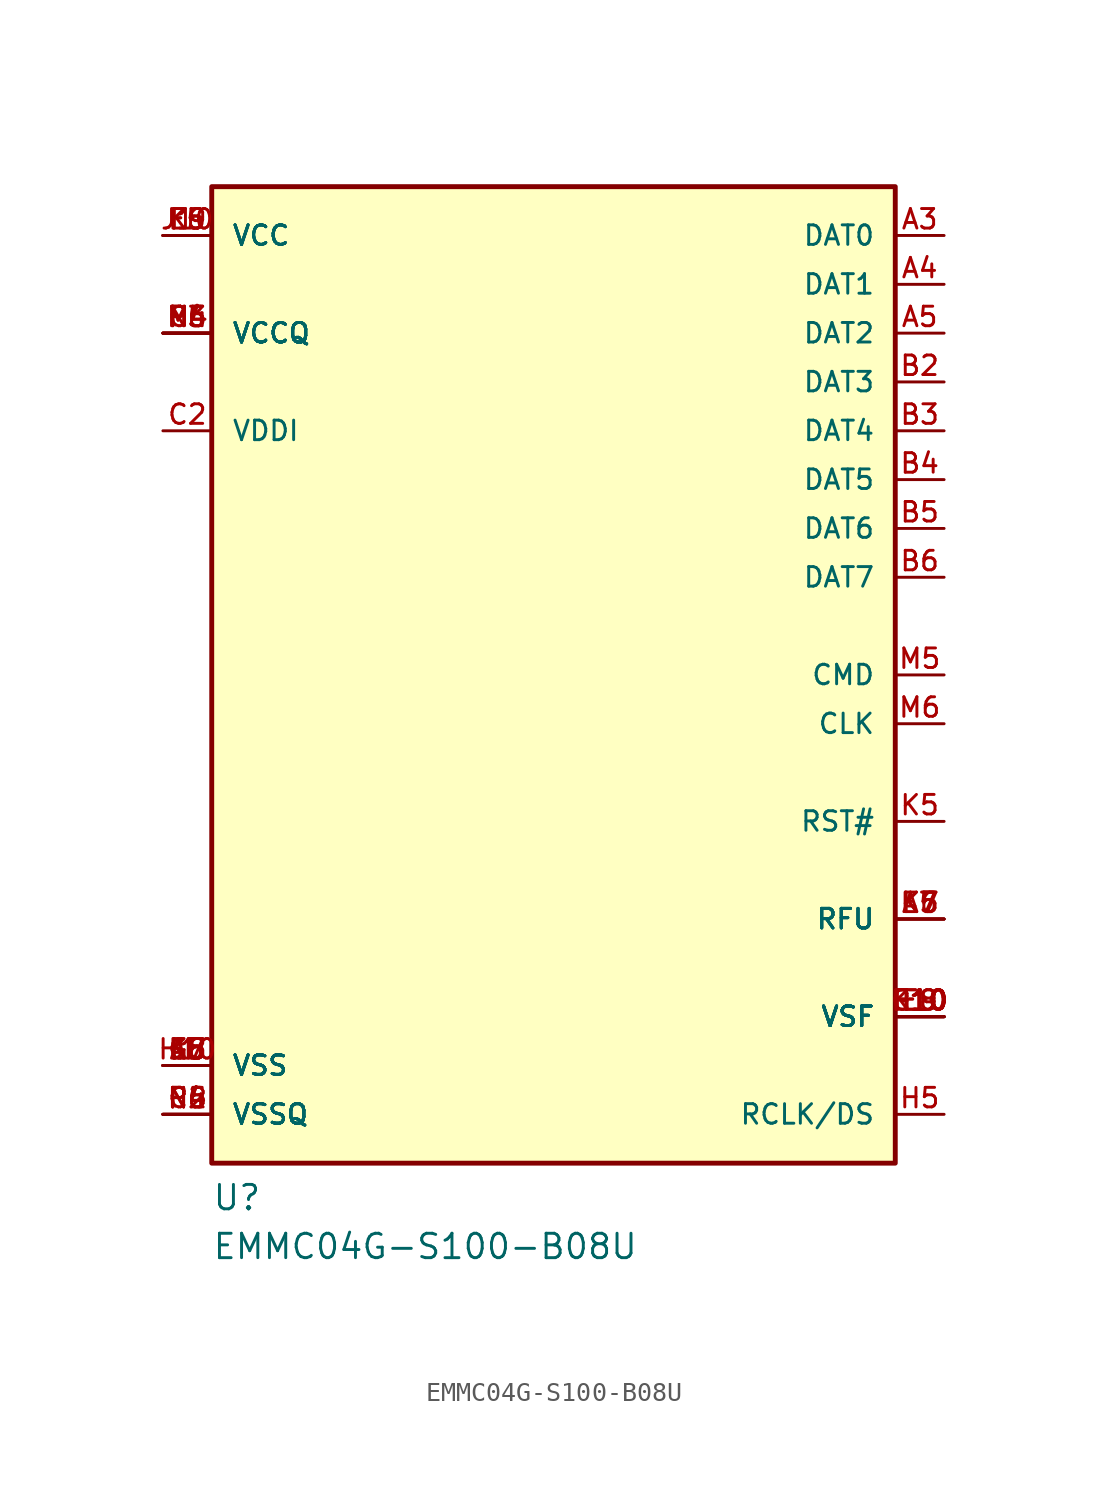
<source format=kicad_sym>
(kicad_symbol_lib
  (version 20220914)
  (generator kicad_symbol_editor)
  (symbol "EMMC04G-S100-B08U"
    (pin_names
      (offset 1.016))
    (property "Reference" "U"
      (at -17.78 -27.94 0)
      (effects (font (size 1.27 1.27)) (justify left bottom)))
    (property "Value" "EMMC04G-S100-B08U"
      (at -17.78 -30.48 0)
      (effects (font (size 1.27 1.27)) (justify left bottom)))
    (property "ki_locked" ""
      (at 0 0 0)
      (effects (font (size 1.27 1.27))))
    (symbol "EMMC04G-S100-B08U_0_0"
      (rectangle (start -17.78 -25.4) (end 17.78 25.4) (stroke (width 0.254) (type default)) (fill (type background)))
      (pin bidirectional line (at 20.32 22.86 180) (length 2.54) (name "DAT0" (effects (font (size 1.016 1.016)))) (number "A3" (effects (font (size 1.016 1.016)))))
      (pin bidirectional line (at 20.32 20.32 180) (length 2.54) (name "DAT1" (effects (font (size 1.016 1.016)))) (number "A4" (effects (font (size 1.016 1.016)))))
      (pin bidirectional line (at 20.32 17.78 180) (length 2.54) (name "DAT2" (effects (font (size 1.016 1.016)))) (number "A5" (effects (font (size 1.016 1.016)))))
      (pin bidirectional line (at -20.32 -20.32 0) (length 2.54) (name "VSS" (effects (font (size 1.016 1.016)))) (number "A6" (effects (font (size 1.016 1.016)))))
      (pin bidirectional line (at 20.32 -12.7 180) (length 2.54) (name "RFU" (effects (font (size 1.016 1.016)))) (number "A7" (effects (font (size 1.016 1.016)))))
      (pin bidirectional line (at 20.32 15.24 180) (length 2.54) (name "DAT3" (effects (font (size 1.016 1.016)))) (number "B2" (effects (font (size 1.016 1.016)))))
      (pin bidirectional line (at 20.32 12.7 180) (length 2.54) (name "DAT4" (effects (font (size 1.016 1.016)))) (number "B3" (effects (font (size 1.016 1.016)))))
      (pin bidirectional line (at 20.32 10.16 180) (length 2.54) (name "DAT5" (effects (font (size 1.016 1.016)))) (number "B4" (effects (font (size 1.016 1.016)))))
      (pin bidirectional line (at 20.32 7.62 180) (length 2.54) (name "DAT6" (effects (font (size 1.016 1.016)))) (number "B5" (effects (font (size 1.016 1.016)))))
      (pin bidirectional line (at 20.32 5.08 180) (length 2.54) (name "DAT7" (effects (font (size 1.016 1.016)))) (number "B6" (effects (font (size 1.016 1.016)))))
      (pin bidirectional line (at -20.32 12.7 0) (length 2.54) (name "VDDI" (effects (font (size 1.016 1.016)))) (number "C2" (effects (font (size 1.016 1.016)))))
      (pin bidirectional line (at -20.32 -22.86 0) (length 2.54) (name "VSSQ" (effects (font (size 1.016 1.016)))) (number "C4" (effects (font (size 1.016 1.016)))))
      (pin bidirectional line (at -20.32 17.78 0) (length 2.54) (name "VCCQ" (effects (font (size 1.016 1.016)))) (number "C6" (effects (font (size 1.016 1.016)))))
      (pin bidirectional line (at 20.32 -17.78 180) (length 2.54) (name "VSF" (effects (font (size 1.016 1.016)))) (number "E10" (effects (font (size 1.016 1.016)))))
      (pin bidirectional line (at 20.32 -12.7 180) (length 2.54) (name "RFU" (effects (font (size 1.016 1.016)))) (number "E5" (effects (font (size 1.016 1.016)))))
      (pin bidirectional line (at -20.32 22.86 0) (length 2.54) (name "VCC" (effects (font (size 1.016 1.016)))) (number "E6" (effects (font (size 1.016 1.016)))))
      (pin bidirectional line (at -20.32 -20.32 0) (length 2.54) (name "VSS" (effects (font (size 1.016 1.016)))) (number "E7" (effects (font (size 1.016 1.016)))))
      (pin bidirectional line (at 20.32 -17.78 180) (length 2.54) (name "VSF" (effects (font (size 1.016 1.016)))) (number "E8" (effects (font (size 1.016 1.016)))))
      (pin bidirectional line (at 20.32 -17.78 180) (length 2.54) (name "VSF" (effects (font (size 1.016 1.016)))) (number "E9" (effects (font (size 1.016 1.016)))))
      (pin bidirectional line (at 20.32 -17.78 180) (length 2.54) (name "VSF" (effects (font (size 1.016 1.016)))) (number "F10" (effects (font (size 1.016 1.016)))))
      (pin bidirectional line (at -20.32 22.86 0) (length 2.54) (name "VCC" (effects (font (size 1.016 1.016)))) (number "F5" (effects (font (size 1.016 1.016)))))
      (pin bidirectional line (at 20.32 -17.78 180) (length 2.54) (name "VSF" (effects (font (size 1.016 1.016)))) (number "G10" (effects (font (size 1.016 1.016)))))
      (pin bidirectional line (at -20.32 -20.32 0) (length 2.54) (name "VSS" (effects (font (size 1.016 1.016)))) (number "G5" (effects (font (size 1.016 1.016)))))
      (pin bidirectional line (at -20.32 -20.32 0) (length 2.54) (name "VSS" (effects (font (size 1.016 1.016)))) (number "H10" (effects (font (size 1.016 1.016)))))
      (pin bidirectional line (at 20.32 -22.86 180) (length 2.54) (name "RCLK/DS" (effects (font (size 1.016 1.016)))) (number "H5" (effects (font (size 1.016 1.016)))))
      (pin bidirectional line (at -20.32 22.86 0) (length 2.54) (name "VCC" (effects (font (size 1.016 1.016)))) (number "J10" (effects (font (size 1.016 1.016)))))
      (pin bidirectional line (at -20.32 -20.32 0) (length 2.54) (name "VSS" (effects (font (size 1.016 1.016)))) (number "J5" (effects (font (size 1.016 1.016)))))
      (pin bidirectional line (at 20.32 -17.78 180) (length 2.54) (name "VSF" (effects (font (size 1.016 1.016)))) (number "K10" (effects (font (size 1.016 1.016)))))
      (pin bidirectional line (at 20.32 -7.62 180) (length 2.54) (name "RST#" (effects (font (size 1.016 1.016)))) (number "K5" (effects (font (size 1.016 1.016)))))
      (pin bidirectional line (at 20.32 -12.7 180) (length 2.54) (name "RFU" (effects (font (size 1.016 1.016)))) (number "K6" (effects (font (size 1.016 1.016)))))
      (pin bidirectional line (at 20.32 -12.7 180) (length 2.54) (name "RFU" (effects (font (size 1.016 1.016)))) (number "K7" (effects (font (size 1.016 1.016)))))
      (pin bidirectional line (at -20.32 -20.32 0) (length 2.54) (name "VSS" (effects (font (size 1.016 1.016)))) (number "K8" (effects (font (size 1.016 1.016)))))
      (pin bidirectional line (at -20.32 22.86 0) (length 2.54) (name "VCC" (effects (font (size 1.016 1.016)))) (number "K9" (effects (font (size 1.016 1.016)))))
      (pin bidirectional line (at -20.32 17.78 0) (length 2.54) (name "VCCQ" (effects (font (size 1.016 1.016)))) (number "M4" (effects (font (size 1.016 1.016)))))
      (pin bidirectional line (at 20.32 0 180) (length 2.54) (name "CMD" (effects (font (size 1.016 1.016)))) (number "M5" (effects (font (size 1.016 1.016)))))
      (pin bidirectional line (at 20.32 -2.54 180) (length 2.54) (name "CLK" (effects (font (size 1.016 1.016)))) (number "M6" (effects (font (size 1.016 1.016)))))
      (pin bidirectional line (at -20.32 -22.86 0) (length 2.54) (name "VSSQ" (effects (font (size 1.016 1.016)))) (number "N2" (effects (font (size 1.016 1.016)))))
      (pin bidirectional line (at -20.32 17.78 0) (length 2.54) (name "VCCQ" (effects (font (size 1.016 1.016)))) (number "N4" (effects (font (size 1.016 1.016)))))
      (pin bidirectional line (at -20.32 -22.86 0) (length 2.54) (name "VSSQ" (effects (font (size 1.016 1.016)))) (number "N5" (effects (font (size 1.016 1.016)))))
      (pin bidirectional line (at 20.32 -17.78 180) (length 2.54) (name "VSF" (effects (font (size 1.016 1.016)))) (number "P10" (effects (font (size 1.016 1.016)))))
      (pin bidirectional line (at -20.32 17.78 0) (length 2.54) (name "VCCQ" (effects (font (size 1.016 1.016)))) (number "P3" (effects (font (size 1.016 1.016)))))
      (pin bidirectional line (at -20.32 -22.86 0) (length 2.54) (name "VSSQ" (effects (font (size 1.016 1.016)))) (number "P4" (effects (font (size 1.016 1.016)))))
      (pin bidirectional line (at -20.32 17.78 0) (length 2.54) (name "VCCQ" (effects (font (size 1.016 1.016)))) (number "P5" (effects (font (size 1.016 1.016)))))
      (pin bidirectional line (at -20.32 -22.86 0) (length 2.54) (name "VSSQ" (effects (font (size 1.016 1.016)))) (number "P6" (effects (font (size 1.016 1.016))))))))
</source>
